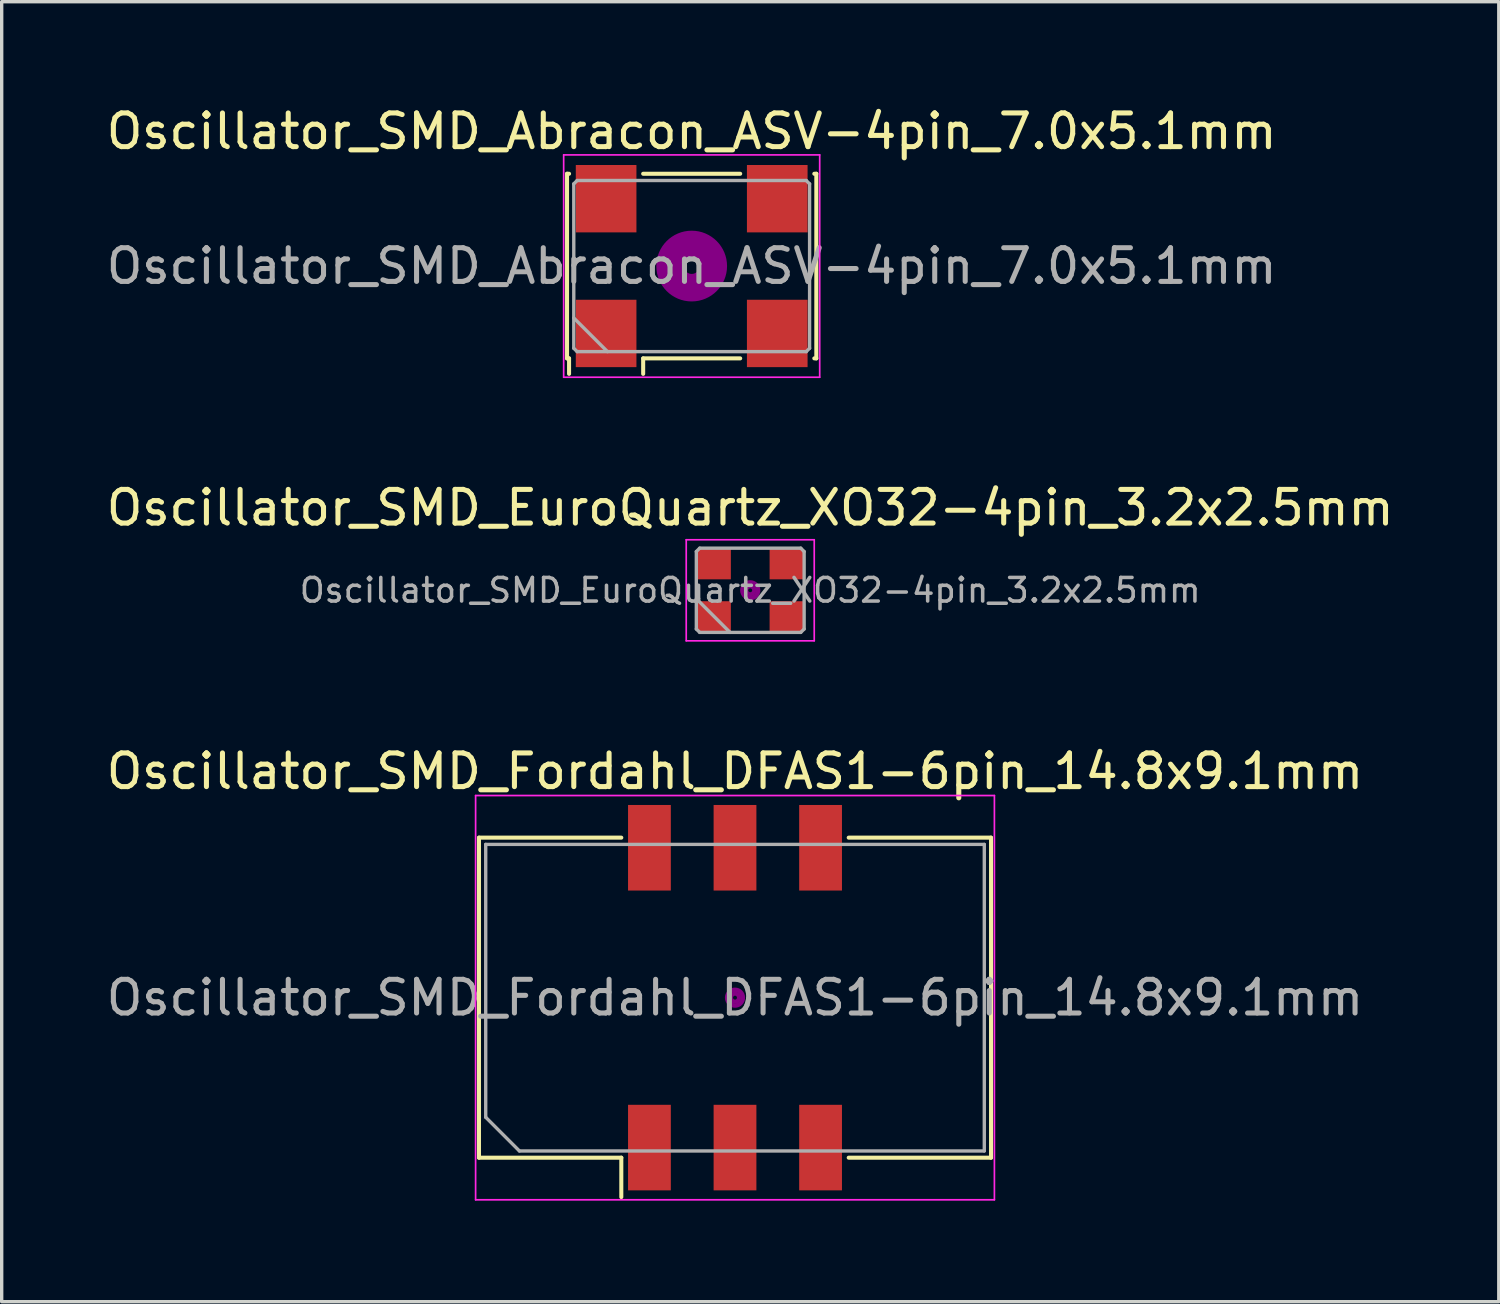
<source format=kicad_pcb>
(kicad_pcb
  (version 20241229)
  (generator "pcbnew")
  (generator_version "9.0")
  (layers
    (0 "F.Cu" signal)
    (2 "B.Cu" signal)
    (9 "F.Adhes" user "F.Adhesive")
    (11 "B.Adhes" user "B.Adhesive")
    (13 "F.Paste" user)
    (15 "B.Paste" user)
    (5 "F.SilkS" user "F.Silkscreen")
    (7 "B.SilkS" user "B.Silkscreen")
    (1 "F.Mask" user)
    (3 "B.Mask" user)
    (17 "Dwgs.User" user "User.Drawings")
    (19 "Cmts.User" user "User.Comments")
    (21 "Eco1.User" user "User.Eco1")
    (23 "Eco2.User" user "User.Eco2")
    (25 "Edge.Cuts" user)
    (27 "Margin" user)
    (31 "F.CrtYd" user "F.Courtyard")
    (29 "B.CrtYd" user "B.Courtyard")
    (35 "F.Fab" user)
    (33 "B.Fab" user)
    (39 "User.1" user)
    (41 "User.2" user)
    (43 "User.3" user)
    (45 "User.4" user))
  (footprint "Oscillator_SMD_Fordahl_DFAS1-6pin_14.8x9.1mm"
    (layer "F.Cu")
    (at 18.768 26.565)
    (property "Reference" "Oscillator_SMD_Fordahl_DFAS1-6pin_14.8x9.1mm" (at 0 -6.72 0) (layer "F.SilkS") (effects (font (size 1 1) (thickness 0.15))))
    (attr smd)
    (fp_line (start -7.6 -4.75) (end -3.375 -4.75) (stroke (width 0.12) (type solid)) (layer "F.SilkS"))
    (fp_line (start -7.6 4.75) (end -7.6 -4.75) (stroke (width 0.12) (type solid)) (layer "F.SilkS"))
    (fp_line (start -3.375 4.75) (end -7.6 4.75) (stroke (width 0.12) (type solid)) (layer "F.SilkS"))
    (fp_line (start -3.375 5.92) (end -3.375 4.75) (stroke (width 0.12) (type solid)) (layer "F.SilkS"))
    (fp_line (start 3.375 -4.75) (end 7.6 -4.75) (stroke (width 0.12) (type solid)) (layer "F.SilkS"))
    (fp_line (start 7.6 -4.75) (end 7.6 4.75) (stroke (width 0.12) (type solid)) (layer "F.SilkS"))
    (fp_line (start 7.6 4.75) (end 3.375 4.75) (stroke (width 0.12) (type solid)) (layer "F.SilkS"))
    (fp_circle (center 0 0) (end 0.058 0) (stroke (width 0.117) (type solid)) (fill no) (layer "F.Adhes"))
    (fp_circle (center 0 0) (end 0.133 0) (stroke (width 0.083) (type solid)) (fill no) (layer "F.Adhes"))
    (fp_circle (center 0 0) (end 0.208 0) (stroke (width 0.083) (type solid)) (fill no) (layer "F.Adhes"))
    (fp_circle (center 0 0) (end 0.25 0) (stroke (width 0.1) (type solid)) (fill no) (layer "F.Adhes"))
    (fp_line (start -7.7 -6) (end -7.7 6) (stroke (width 0.05) (type solid)) (layer "F.CrtYd"))
    (fp_line (start -7.7 6) (end 7.7 6) (stroke (width 0.05) (type solid)) (layer "F.CrtYd"))
    (fp_line (start 7.7 -6) (end -7.7 -6) (stroke (width 0.05) (type solid)) (layer "F.CrtYd"))
    (fp_line (start 7.7 6) (end 7.7 -6) (stroke (width 0.05) (type solid)) (layer "F.CrtYd"))
    (fp_line (start -7.4 -4.55) (end 7.4 -4.55) (stroke (width 0.1) (type solid)) (layer "F.Fab"))
    (fp_line (start -7.4 3.55) (end -7.4 -4.55) (stroke (width 0.1) (type solid)) (layer "F.Fab"))
    (fp_line (start -6.4 4.55) (end -7.4 3.55) (stroke (width 0.1) (type solid)) (layer "F.Fab"))
    (fp_line (start 7.4 -4.55) (end 7.4 4.55) (stroke (width 0.1) (type solid)) (layer "F.Fab"))
    (fp_line (start 7.4 4.55) (end -6.4 4.55) (stroke (width 0.1) (type solid)) (layer "F.Fab"))
    (fp_text user "${REFERENCE}" (at 0 0 0) (layer "F.Fab") (effects (font (size 1 1) (thickness 0.15))))
    (pad "1" smd rect (at -2.54 4.45) (size 1.27 2.54) (layers "F.Cu" "F.Mask" "F.Paste"))
    (pad "2" smd rect (at 0 4.45) (size 1.27 2.54) (layers "F.Cu" "F.Mask" "F.Paste"))
    (pad "3" smd rect (at 2.54 4.45) (size 1.27 2.54) (layers "F.Cu" "F.Mask" "F.Paste"))
    (pad "4" smd rect (at 2.54 -4.45) (size 1.27 2.54) (layers "F.Cu" "F.Mask" "F.Paste"))
    (pad "5" smd rect (at 0 -4.45) (size 1.27 2.54) (layers "F.Cu" "F.Mask" "F.Paste"))
    (pad "6" smd rect (at -2.54 -4.45) (size 1.27 2.54) (layers "F.Cu" "F.Mask" "F.Paste")))
  (footprint "Oscillator_SMD_EuroQuartz_XO32-4pin_3.2x2.5mm"
    (layer "F.Cu")
    (at 19.22 14.472)
    (property "Reference" "Oscillator_SMD_EuroQuartz_XO32-4pin_3.2x2.5mm" (at 0 -2.45 0) (layer "F.SilkS") (effects (font (size 1 1) (thickness 0.15))))
    (attr smd)
    (fp_circle (center 0 0) (end 0.058 0) (stroke (width 0.117) (type solid)) (fill no) (layer "F.Adhes"))
    (fp_circle (center 0 0) (end 0.133 0) (stroke (width 0.083) (type solid)) (fill no) (layer "F.Adhes"))
    (fp_circle (center 0 0) (end 0.208 0) (stroke (width 0.083) (type solid)) (fill no) (layer "F.Adhes"))
    (fp_circle (center 0 0) (end 0.25 0) (stroke (width 0.1) (type solid)) (fill no) (layer "F.Adhes"))
    (fp_line (start -1.9 -1.5) (end -1.9 1.5) (stroke (width 0.05) (type solid)) (layer "F.CrtYd"))
    (fp_line (start -1.9 1.5) (end 1.9 1.5) (stroke (width 0.05) (type solid)) (layer "F.CrtYd"))
    (fp_line (start 1.9 -1.5) (end -1.9 -1.5) (stroke (width 0.05) (type solid)) (layer "F.CrtYd"))
    (fp_line (start 1.9 1.5) (end 1.9 -1.5) (stroke (width 0.05) (type solid)) (layer "F.CrtYd"))
    (fp_line (start -1.6 -1.15) (end -1.5 -1.25) (stroke (width 0.1) (type solid)) (layer "F.Fab"))
    (fp_line (start -1.6 0.25) (end -0.6 1.25) (stroke (width 0.1) (type solid)) (layer "F.Fab"))
    (fp_line (start -1.6 1.15) (end -1.6 -1.15) (stroke (width 0.1) (type solid)) (layer "F.Fab"))
    (fp_line (start -1.5 -1.25) (end 1.5 -1.25) (stroke (width 0.1) (type solid)) (layer "F.Fab"))
    (fp_line (start -1.5 1.25) (end -1.6 1.15) (stroke (width 0.1) (type solid)) (layer "F.Fab"))
    (fp_line (start 1.5 -1.25) (end 1.6 -1.15) (stroke (width 0.1) (type solid)) (layer "F.Fab"))
    (fp_line (start 1.5 1.25) (end -1.5 1.25) (stroke (width 0.1) (type solid)) (layer "F.Fab"))
    (fp_line (start 1.6 -1.15) (end 1.6 1.15) (stroke (width 0.1) (type solid)) (layer "F.Fab"))
    (fp_line (start 1.6 1.15) (end 1.5 1.25) (stroke (width 0.1) (type solid)) (layer "F.Fab"))
    (fp_text user "${REFERENCE}" (at 0 0 0) (layer "F.Fab") (effects (font (size 0.7 0.7) (thickness 0.105))))
    (pad "1" smd rect (at -1.075 0.775) (size 1 0.9) (layers "F.Cu" "F.Mask" "F.Paste"))
    (pad "2" smd rect (at 1.075 0.775) (size 1 0.9) (layers "F.Cu" "F.Mask" "F.Paste"))
    (pad "3" smd rect (at 1.075 -0.775) (size 1 0.9) (layers "F.Cu" "F.Mask" "F.Paste"))
    (pad "4" smd rect (at -1.075 -0.775) (size 1 0.9) (layers "F.Cu" "F.Mask" "F.Paste")))
  (footprint "Oscillator_SMD_Abracon_ASV-4pin_7.0x5.1mm"
    (layer "F.Cu")
    (at 17.482 4.848)
    (property "Reference" "Oscillator_SMD_Abracon_ASV-4pin_7.0x5.1mm" (at 0 -4 0) (layer "F.SilkS") (effects (font (size 1 1) (thickness 0.15))))
    (attr smd)
    (fp_line (start -3.7 -2.74) (end -3.64 -2.74) (stroke (width 0.12) (type solid)) (layer "F.SilkS"))
    (fp_line (start -3.7 2.74) (end -3.7 -2.74) (stroke (width 0.12) (type solid)) (layer "F.SilkS"))
    (fp_line (start -3.64 2.74) (end -3.7 2.74) (stroke (width 0.12) (type solid)) (layer "F.SilkS"))
    (fp_line (start -3.64 3.2) (end -3.64 2.74) (stroke (width 0.12) (type solid)) (layer "F.SilkS"))
    (fp_line (start -1.44 -2.74) (end 1.44 -2.74) (stroke (width 0.12) (type solid)) (layer "F.SilkS"))
    (fp_line (start -1.44 2.74) (end -1.44 3.2) (stroke (width 0.12) (type solid)) (layer "F.SilkS"))
    (fp_line (start 1.44 2.74) (end -1.44 2.74) (stroke (width 0.12) (type solid)) (layer "F.SilkS"))
    (fp_line (start 3.64 -2.74) (end 3.7 -2.74) (stroke (width 0.12) (type solid)) (layer "F.SilkS"))
    (fp_line (start 3.7 -2.74) (end 3.7 2.74) (stroke (width 0.12) (type solid)) (layer "F.SilkS"))
    (fp_line (start 3.7 2.74) (end 3.64 2.74) (stroke (width 0.12) (type solid)) (layer "F.SilkS"))
    (fp_circle (center 0 0) (end 0.233 0) (stroke (width 0.467) (type solid)) (fill no) (layer "F.Adhes"))
    (fp_circle (center 0 0) (end 0.533 0) (stroke (width 0.333) (type solid)) (fill no) (layer "F.Adhes"))
    (fp_circle (center 0 0) (end 0.833 0) (stroke (width 0.333) (type solid)) (fill no) (layer "F.Adhes"))
    (fp_circle (center 0 0) (end 1 0) (stroke (width 0.1) (type solid)) (fill no) (layer "F.Adhes"))
    (fp_line (start -3.8 -3.3) (end -3.8 3.3) (stroke (width 0.05) (type solid)) (layer "F.CrtYd"))
    (fp_line (start -3.8 3.3) (end 3.8 3.3) (stroke (width 0.05) (type solid)) (layer "F.CrtYd"))
    (fp_line (start 3.8 -3.3) (end -3.8 -3.3) (stroke (width 0.05) (type solid)) (layer "F.CrtYd"))
    (fp_line (start 3.8 3.3) (end 3.8 -3.3) (stroke (width 0.05) (type solid)) (layer "F.CrtYd"))
    (fp_line (start -3.5 -2.44) (end -3.4 -2.54) (stroke (width 0.1) (type solid)) (layer "F.Fab"))
    (fp_line (start -3.5 1.54) (end -2.5 2.54) (stroke (width 0.1) (type solid)) (layer "F.Fab"))
    (fp_line (start -3.5 2.44) (end -3.5 -2.44) (stroke (width 0.1) (type solid)) (layer "F.Fab"))
    (fp_line (start -3.4 -2.54) (end 3.4 -2.54) (stroke (width 0.1) (type solid)) (layer "F.Fab"))
    (fp_line (start -3.4 2.54) (end -3.5 2.44) (stroke (width 0.1) (type solid)) (layer "F.Fab"))
    (fp_line (start 3.4 -2.54) (end 3.5 -2.44) (stroke (width 0.1) (type solid)) (layer "F.Fab"))
    (fp_line (start 3.4 2.54) (end -3.4 2.54) (stroke (width 0.1) (type solid)) (layer "F.Fab"))
    (fp_line (start 3.5 -2.44) (end 3.5 2.44) (stroke (width 0.1) (type solid)) (layer "F.Fab"))
    (fp_line (start 3.5 2.44) (end 3.4 2.54) (stroke (width 0.1) (type solid)) (layer "F.Fab"))
    (fp_text user "${REFERENCE}" (at 0 0 0) (layer "F.Fab") (effects (font (size 1 1) (thickness 0.15))))
    (pad "1" smd rect (at -2.54 2) (size 1.8 2) (layers "F.Cu" "F.Mask" "F.Paste"))
    (pad "2" smd rect (at 2.54 2) (size 1.8 2) (layers "F.Cu" "F.Mask" "F.Paste"))
    (pad "3" smd rect (at 2.54 -2) (size 1.8 2) (layers "F.Cu" "F.Mask" "F.Paste"))
    (pad "4" smd rect (at -2.54 -2) (size 1.8 2) (layers "F.Cu" "F.Mask" "F.Paste")))
  (gr_rect
    (start -3 -3)
    (end 41.44 35.59)
    (stroke (width 0.1) (type default))
    (fill no)
    (layer "Edge.Cuts")))
</source>
